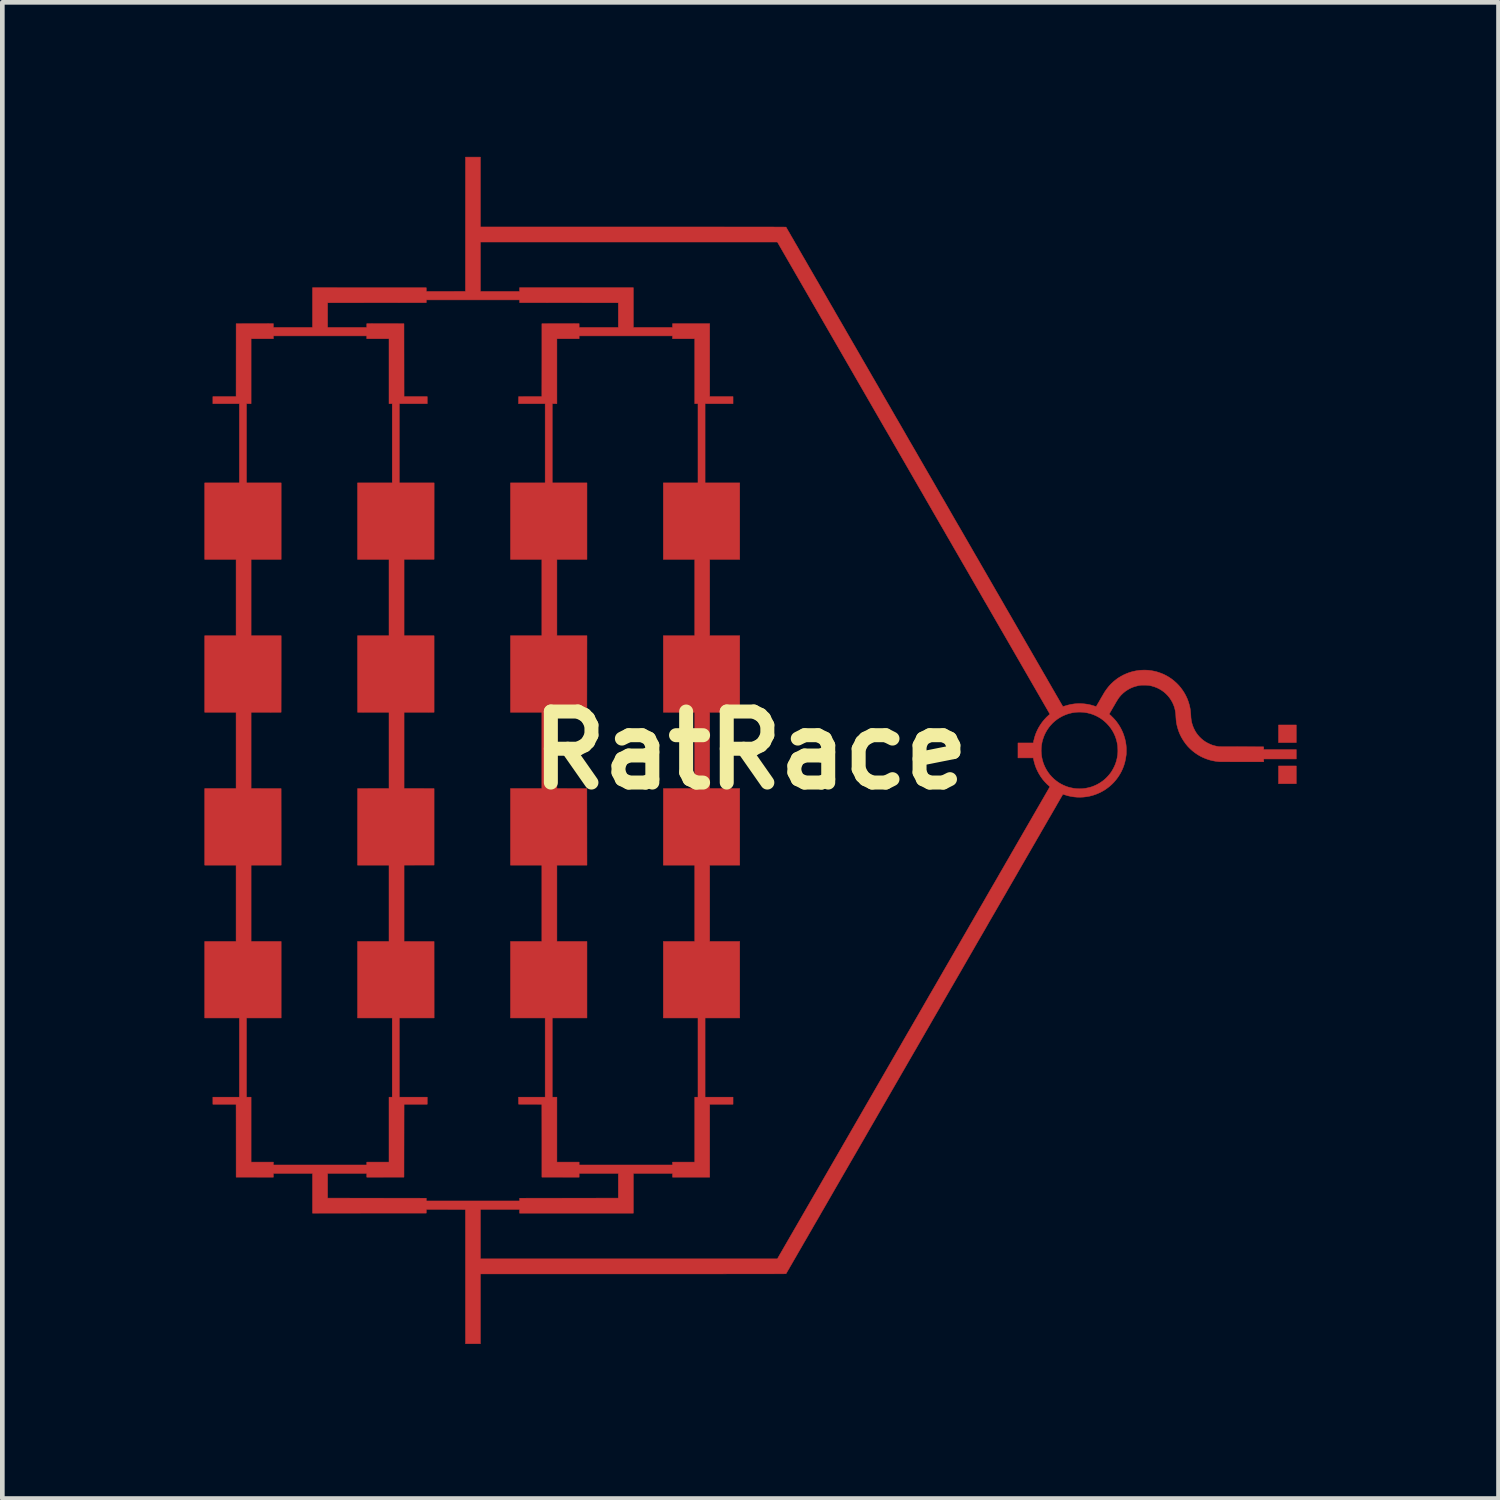
<source format=kicad_pcb>
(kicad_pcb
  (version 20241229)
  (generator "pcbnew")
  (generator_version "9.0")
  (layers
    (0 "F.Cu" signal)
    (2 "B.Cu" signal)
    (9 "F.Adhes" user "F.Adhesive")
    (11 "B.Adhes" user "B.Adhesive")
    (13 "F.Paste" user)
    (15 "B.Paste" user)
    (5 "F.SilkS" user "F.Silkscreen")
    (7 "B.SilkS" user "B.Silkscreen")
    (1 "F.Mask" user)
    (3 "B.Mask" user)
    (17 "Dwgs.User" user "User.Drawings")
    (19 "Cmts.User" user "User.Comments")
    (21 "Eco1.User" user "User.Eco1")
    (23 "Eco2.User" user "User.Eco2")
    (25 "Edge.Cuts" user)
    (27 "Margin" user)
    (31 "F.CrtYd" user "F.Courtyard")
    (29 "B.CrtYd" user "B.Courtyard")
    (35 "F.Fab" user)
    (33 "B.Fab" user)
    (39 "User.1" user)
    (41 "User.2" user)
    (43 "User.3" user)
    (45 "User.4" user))
  (footprint "RatRace"
    (layer "F.Cu")
    (at 13.05 13.05)
    (property "Reference" "RatRace" (at 0 0 0) (layer "F.SilkS") (effects (font (size 1.524 1.524) (thickness 0.3))))
    (attr through_hole)
    (fp_poly (pts (xy 11.711 -0.168) (xy 11.33 -0.168) (xy 11.33 -0.546) (xy 11.711 -0.546) (xy 11.711 -0.168)) (stroke (width 0.01) (type solid)) (fill yes) (layer "F.Cu"))
    (fp_poly (pts (xy 11.711 0.714) (xy 11.33 0.714) (xy 11.33 0.333) (xy 11.711 0.333) (xy 11.711 0.714)) (stroke (width 0.01) (type solid)) (fill yes) (layer "F.Cu"))
    (fp_poly (pts (xy -5.793 -11.231) (xy -2.355 -11.231) (xy -2.199 -11.231) (xy -2.049 -11.231) (xy -1.903 -11.231) (xy -1.762 -11.231) (xy -1.625 -11.231) (xy -1.493 -11.231) (xy -1.366 -11.231) (xy -1.244 -11.231) (xy -1.125 -11.231) (xy -1.012 -11.231) (xy -0.902 -11.231) (xy -0.797 -11.231) (xy -0.696 -11.231) (xy -0.599 -11.231) (xy -0.506 -11.23) (xy -0.417 -11.23) (xy -0.331 -11.23) (xy -0.25 -11.23) (xy -0.173 -11.23) (xy -0.099 -11.23) (xy -0.028 -11.23) (xy 0.038 -11.23) (xy 0.102 -11.23) (xy 0.162 -11.23) (xy 0.218 -11.23) (xy 0.272 -11.23) (xy 0.322 -11.23) (xy 0.369 -11.23) (xy 0.413 -11.23) (xy 0.454 -11.23) (xy 0.492 -11.23) (xy 0.527 -11.229) (xy 0.56 -11.229) (xy 0.589 -11.229) (xy 0.617 -11.229) (xy 0.641 -11.229) (xy 0.663 -11.229) (xy 0.683 -11.229) (xy 0.701 -11.229) (xy 0.716 -11.229) (xy 0.729 -11.228) (xy 0.739 -11.228) (xy 0.748 -11.228) (xy 0.755 -11.228) (xy 0.76 -11.228) (xy 0.763 -11.228) (xy 0.764 -11.228) (xy 0.764 -11.228) (xy 0.765 -11.225) (xy 0.769 -11.219) (xy 0.775 -11.208) (xy 0.784 -11.193) (xy 0.795 -11.174) (xy 0.808 -11.151) (xy 0.824 -11.124) (xy 0.842 -11.093) (xy 0.862 -11.058) (xy 0.884 -11.019) (xy 0.909 -10.977) (xy 0.935 -10.932) (xy 0.963 -10.882) (xy 0.994 -10.83) (xy 1.026 -10.774) (xy 1.06 -10.714) (xy 1.096 -10.652) (xy 1.134 -10.586) (xy 1.174 -10.518) (xy 1.215 -10.446) (xy 1.258 -10.371) (xy 1.303 -10.294) (xy 1.349 -10.214) (xy 1.397 -10.131) (xy 1.447 -10.046) (xy 1.497 -9.958) (xy 1.55 -9.867) (xy 1.603 -9.775) (xy 1.658 -9.679) (xy 1.714 -9.582) (xy 1.772 -9.483) (xy 1.83 -9.381) (xy 1.89 -9.277) (xy 1.951 -9.172) (xy 2.013 -9.065) (xy 2.076 -8.955) (xy 2.14 -8.844) (xy 2.205 -8.732) (xy 2.271 -8.618) (xy 2.338 -8.502) (xy 2.405 -8.385) (xy 2.474 -8.267) (xy 2.543 -8.147) (xy 2.612 -8.027) (xy 2.683 -7.905) (xy 2.754 -7.782) (xy 2.825 -7.658) (xy 2.897 -7.533) (xy 2.97 -7.408) (xy 3.043 -7.281) (xy 3.116 -7.154) (xy 3.19 -7.027) (xy 3.264 -6.899) (xy 3.338 -6.77) (xy 3.412 -6.641) (xy 3.487 -6.512) (xy 3.562 -6.383) (xy 3.636 -6.253) (xy 3.711 -6.124) (xy 3.786 -5.994) (xy 3.861 -5.865) (xy 3.936 -5.735) (xy 4.01 -5.606) (xy 4.084 -5.477) (xy 4.159 -5.349) (xy 4.233 -5.221) (xy 4.306 -5.093) (xy 4.379 -4.966) (xy 4.452 -4.84) (xy 4.525 -4.715) (xy 4.597 -4.59) (xy 4.668 -4.467) (xy 4.739 -4.344) (xy 4.809 -4.222) (xy 4.879 -4.102) (xy 4.948 -3.982) (xy 5.016 -3.864) (xy 5.083 -3.748) (xy 5.15 -3.632) (xy 5.215 -3.519) (xy 5.28 -3.406) (xy 5.344 -3.296) (xy 5.407 -3.187) (xy 5.468 -3.08) (xy 5.529 -2.975) (xy 5.589 -2.872) (xy 5.647 -2.771) (xy 5.704 -2.672) (xy 5.76 -2.575) (xy 5.815 -2.48) (xy 5.868 -2.388) (xy 5.92 -2.298) (xy 5.971 -2.21) (xy 6.02 -2.125) (xy 6.067 -2.043) (xy 6.113 -1.964) (xy 6.157 -1.887) (xy 6.2 -1.813) (xy 6.241 -1.742) (xy 6.28 -1.674) (xy 6.318 -1.609) (xy 6.354 -1.547) (xy 6.387 -1.488) (xy 6.419 -1.433) (xy 6.449 -1.381) (xy 6.477 -1.332) (xy 6.503 -1.287) (xy 6.527 -1.246) (xy 6.532 -1.238) (xy 6.552 -1.202) (xy 6.572 -1.168) (xy 6.591 -1.135) (xy 6.61 -1.103) (xy 6.626 -1.074) (xy 6.642 -1.047) (xy 6.656 -1.022) (xy 6.669 -1) (xy 6.68 -0.981) (xy 6.689 -0.966) (xy 6.696 -0.954) (xy 6.701 -0.945) (xy 6.703 -0.941) (xy 6.704 -0.94) (xy 6.706 -0.941) (xy 6.713 -0.943) (xy 6.722 -0.946) (xy 6.734 -0.95) (xy 6.746 -0.953) (xy 6.814 -0.973) (xy 6.884 -0.989) (xy 6.954 -0.999) (xy 7.024 -1.004) (xy 7.094 -1.004) (xy 7.164 -0.999) (xy 7.234 -0.99) (xy 7.303 -0.975) (xy 7.371 -0.955) (xy 7.383 -0.951) (xy 7.395 -0.947) (xy 7.406 -0.944) (xy 7.414 -0.942) (xy 7.418 -0.942) (xy 7.419 -0.942) (xy 7.42 -0.944) (xy 7.424 -0.951) (xy 7.43 -0.961) (xy 7.438 -0.974) (xy 7.447 -0.991) (xy 7.458 -1.009) (xy 7.471 -1.031) (xy 7.484 -1.053) (xy 7.498 -1.078) (xy 7.502 -1.086) (xy 7.517 -1.111) (xy 7.531 -1.136) (xy 7.545 -1.159) (xy 7.558 -1.181) (xy 7.569 -1.201) (xy 7.58 -1.219) (xy 7.588 -1.233) (xy 7.595 -1.244) (xy 7.599 -1.251) (xy 7.599 -1.252) (xy 7.64 -1.311) (xy 7.683 -1.367) (xy 7.73 -1.419) (xy 7.781 -1.468) (xy 7.824 -1.504) (xy 7.88 -1.547) (xy 7.94 -1.584) (xy 8.002 -1.618) (xy 8.066 -1.647) (xy 8.132 -1.672) (xy 8.2 -1.692) (xy 8.27 -1.707) (xy 8.341 -1.718) (xy 8.346 -1.718) (xy 8.365 -1.72) (xy 8.388 -1.721) (xy 8.414 -1.722) (xy 8.44 -1.723) (xy 8.467 -1.723) (xy 8.492 -1.722) (xy 8.516 -1.721) (xy 8.535 -1.72) (xy 8.54 -1.72) (xy 8.605 -1.711) (xy 8.668 -1.699) (xy 8.729 -1.684) (xy 8.729 -1.683) (xy 8.796 -1.661) (xy 8.861 -1.635) (xy 8.923 -1.604) (xy 8.983 -1.569) (xy 9.04 -1.53) (xy 9.093 -1.488) (xy 9.144 -1.442) (xy 9.192 -1.393) (xy 9.236 -1.34) (xy 9.276 -1.285) (xy 9.313 -1.227) (xy 9.345 -1.167) (xy 9.374 -1.104) (xy 9.398 -1.039) (xy 9.418 -0.972) (xy 9.433 -0.903) (xy 9.435 -0.89) (xy 9.439 -0.865) (xy 9.442 -0.836) (xy 9.445 -0.803) (xy 9.448 -0.767) (xy 9.45 -0.729) (xy 9.451 -0.711) (xy 9.453 -0.692) (xy 9.455 -0.674) (xy 9.457 -0.658) (xy 9.458 -0.649) (xy 9.47 -0.591) (xy 9.487 -0.535) (xy 9.508 -0.482) (xy 9.533 -0.431) (xy 9.562 -0.382) (xy 9.595 -0.336) (xy 9.632 -0.293) (xy 9.673 -0.253) (xy 9.716 -0.217) (xy 9.763 -0.184) (xy 9.813 -0.156) (xy 9.866 -0.131) (xy 9.906 -0.115) (xy 9.934 -0.107) (xy 9.965 -0.098) (xy 9.997 -0.091) (xy 10.022 -0.086) (xy 10.054 -0.08) (xy 10.532 -0.079) (xy 11.011 -0.077) (xy 11.012 -0.048) (xy 11.012 -0.018) (xy 11.711 -0.018) (xy 11.711 0.183) (xy 11.012 0.183) (xy 11.012 0.244) (xy 10.551 0.244) (xy 10.486 0.244) (xy 10.426 0.244) (xy 10.37 0.244) (xy 10.318 0.244) (xy 10.271 0.243) (xy 10.228 0.243) (xy 10.19 0.243) (xy 10.156 0.243) (xy 10.126 0.243) (xy 10.102 0.242) (xy 10.082 0.242) (xy 10.067 0.242) (xy 10.058 0.241) (xy 10.055 0.241) (xy 9.984 0.233) (xy 9.914 0.22) (xy 9.847 0.203) (xy 9.781 0.181) (xy 9.716 0.155) (xy 9.655 0.125) (xy 9.595 0.09) (xy 9.538 0.051) (xy 9.484 0.009) (xy 9.433 -0.037) (xy 9.385 -0.086) (xy 9.341 -0.139) (xy 9.3 -0.196) (xy 9.263 -0.255) (xy 9.24 -0.296) (xy 9.216 -0.345) (xy 9.196 -0.393) (xy 9.179 -0.44) (xy 9.164 -0.49) (xy 9.159 -0.509) (xy 9.15 -0.544) (xy 9.144 -0.577) (xy 9.138 -0.609) (xy 9.134 -0.643) (xy 9.131 -0.68) (xy 9.128 -0.72) (xy 9.128 -0.727) (xy 9.125 -0.775) (xy 9.12 -0.819) (xy 9.113 -0.86) (xy 9.104 -0.899) (xy 9.093 -0.937) (xy 9.079 -0.974) (xy 9.063 -1.011) (xy 9.052 -1.034) (xy 9.023 -1.084) (xy 8.991 -1.131) (xy 8.955 -1.175) (xy 8.915 -1.216) (xy 8.872 -1.254) (xy 8.826 -1.287) (xy 8.777 -1.317) (xy 8.725 -1.343) (xy 8.671 -1.364) (xy 8.615 -1.381) (xy 8.612 -1.382) (xy 8.587 -1.388) (xy 8.563 -1.393) (xy 8.539 -1.396) (xy 8.514 -1.398) (xy 8.488 -1.4) (xy 8.457 -1.4) (xy 8.448 -1.4) (xy 8.422 -1.4) (xy 8.4 -1.4) (xy 8.38 -1.399) (xy 8.361 -1.397) (xy 8.343 -1.394) (xy 8.324 -1.391) (xy 8.304 -1.386) (xy 8.247 -1.371) (xy 8.193 -1.352) (xy 8.14 -1.328) (xy 8.09 -1.299) (xy 8.042 -1.267) (xy 7.997 -1.23) (xy 7.955 -1.19) (xy 7.918 -1.147) (xy 7.911 -1.138) (xy 7.904 -1.129) (xy 7.897 -1.119) (xy 7.89 -1.108) (xy 7.881 -1.095) (xy 7.872 -1.08) (xy 7.861 -1.063) (xy 7.849 -1.043) (xy 7.836 -1.02) (xy 7.82 -0.993) (xy 7.803 -0.963) (xy 7.783 -0.929) (xy 7.781 -0.926) (xy 7.696 -0.779) (xy 7.714 -0.764) (xy 7.727 -0.753) (xy 7.742 -0.739) (xy 7.758 -0.722) (xy 7.776 -0.705) (xy 7.793 -0.687) (xy 7.81 -0.669) (xy 7.825 -0.652) (xy 7.837 -0.638) (xy 7.842 -0.632) (xy 7.885 -0.574) (xy 7.924 -0.514) (xy 7.958 -0.452) (xy 7.988 -0.388) (xy 8.012 -0.322) (xy 8.033 -0.254) (xy 8.049 -0.184) (xy 8.06 -0.111) (xy 8.06 -0.108) (xy 8.062 -0.086) (xy 8.064 -0.061) (xy 8.065 -0.033) (xy 8.065 -0.003) (xy 8.065 0.026) (xy 8.064 0.055) (xy 8.063 0.081) (xy 8.061 0.103) (xy 8.06 0.108) (xy 8.049 0.18) (xy 8.034 0.25) (xy 8.014 0.318) (xy 7.99 0.383) (xy 7.961 0.447) (xy 7.927 0.509) (xy 7.924 0.514) (xy 7.886 0.573) (xy 7.844 0.629) (xy 7.799 0.682) (xy 7.75 0.731) (xy 7.699 0.776) (xy 7.645 0.817) (xy 7.589 0.855) (xy 7.53 0.888) (xy 7.47 0.917) (xy 7.407 0.943) (xy 7.344 0.964) (xy 7.278 0.981) (xy 7.212 0.993) (xy 7.145 1.001) (xy 7.077 1.004) (xy 7.009 1.003) (xy 6.94 0.997) (xy 6.872 0.986) (xy 6.804 0.971) (xy 6.746 0.953) (xy 6.732 0.949) (xy 6.72 0.945) (xy 6.711 0.942) (xy 6.705 0.941) (xy 6.704 0.94) (xy 6.702 0.942) (xy 6.699 0.949) (xy 6.692 0.96) (xy 6.684 0.975) (xy 6.673 0.994) (xy 6.659 1.017) (xy 6.643 1.045) (xy 6.625 1.076) (xy 6.605 1.111) (xy 6.582 1.15) (xy 6.558 1.193) (xy 6.531 1.24) (xy 6.502 1.29) (xy 6.471 1.344) (xy 6.438 1.401) (xy 6.402 1.462) (xy 6.365 1.526) (xy 6.326 1.594) (xy 6.285 1.665) (xy 6.242 1.739) (xy 6.198 1.817) (xy 6.151 1.897) (xy 6.103 1.981) (xy 6.053 2.067) (xy 6.001 2.157) (xy 5.948 2.249) (xy 5.893 2.344) (xy 5.836 2.442) (xy 5.778 2.543) (xy 5.719 2.646) (xy 5.658 2.752) (xy 5.595 2.861) (xy 5.531 2.971) (xy 5.466 3.085) (xy 5.399 3.2) (xy 5.331 3.318) (xy 5.262 3.438) (xy 5.191 3.56) (xy 5.119 3.684) (xy 5.047 3.811) (xy 4.973 3.939) (xy 4.897 4.069) (xy 4.821 4.201) (xy 4.744 4.335) (xy 4.666 4.47) (xy 4.587 4.607) (xy 4.507 4.746) (xy 4.426 4.886) (xy 4.344 5.028) (xy 4.261 5.171) (xy 4.178 5.315) (xy 4.094 5.461) (xy 4.009 5.608) (xy 3.923 5.756) (xy 3.837 5.906) (xy 3.75 6.056) (xy 3.735 6.083) (xy 3.648 6.233) (xy 3.562 6.383) (xy 3.476 6.531) (xy 3.391 6.678) (xy 3.307 6.824) (xy 3.223 6.969) (xy 3.14 7.113) (xy 3.058 7.255) (xy 2.977 7.395) (xy 2.897 7.534) (xy 2.817 7.672) (xy 2.739 7.807) (xy 2.662 7.941) (xy 2.585 8.074) (xy 2.51 8.204) (xy 2.436 8.333) (xy 2.363 8.459) (xy 2.291 8.584) (xy 2.22 8.707) (xy 2.15 8.827) (xy 2.082 8.945) (xy 2.015 9.061) (xy 1.949 9.175) (xy 1.885 9.286) (xy 1.822 9.395) (xy 1.761 9.501) (xy 1.701 9.605) (xy 1.643 9.706) (xy 1.586 9.805) (xy 1.53 9.901) (xy 1.477 9.994) (xy 1.425 10.084) (xy 1.374 10.171) (xy 1.326 10.255) (xy 1.279 10.336) (xy 1.234 10.414) (xy 1.191 10.489) (xy 1.149 10.56) (xy 1.11 10.629) (xy 1.072 10.694) (xy 1.037 10.755) (xy 1.003 10.813) (xy 0.972 10.868) (xy 0.942 10.919) (xy 0.915 10.966) (xy 0.89 11.01) (xy 0.867 11.05) (xy 0.846 11.085) (xy 0.828 11.118) (xy 0.811 11.146) (xy 0.797 11.17) (xy 0.786 11.19) (xy 0.777 11.205) (xy 0.77 11.217) (xy 0.766 11.224) (xy 0.764 11.227) (xy 0.764 11.228) (xy 0.763 11.228) (xy 0.76 11.228) (xy 0.755 11.228) (xy 0.749 11.228) (xy 0.74 11.228) (xy 0.73 11.228) (xy 0.717 11.229) (xy 0.702 11.229) (xy 0.685 11.229) (xy 0.666 11.229) (xy 0.644 11.229) (xy 0.619 11.229) (xy 0.593 11.229) (xy 0.563 11.229) (xy 0.531 11.229) (xy 0.496 11.23) (xy 0.458 11.23) (xy 0.417 11.23) (xy 0.374 11.23) (xy 0.327 11.23) (xy 0.277 11.23) (xy 0.224 11.23) (xy 0.168 11.23) (xy 0.109 11.23) (xy 0.046 11.23) (xy -0.021 11.23) (xy -0.09 11.23) (xy -0.164 11.23) (xy -0.241 11.23) (xy -0.322 11.23) (xy -0.407 11.23) (xy -0.495 11.23) (xy -0.588 11.231) (xy -0.684 11.231) (xy -0.785 11.231) (xy -0.89 11.231) (xy -0.999 11.231) (xy -1.112 11.231) (xy -1.23 11.231) (xy -1.352 11.231) (xy -1.479 11.231) (xy -1.61 11.231) (xy -1.746 11.231) (xy -1.886 11.231) (xy -2.032 11.231) (xy -2.182 11.231) (xy -2.337 11.231) (xy -2.497 11.231) (xy -2.516 11.231) (xy -5.793 11.231) (xy -5.793 12.729) (xy -6.113 12.729) (xy -6.114 9.848) (xy -6.534 9.847) (xy -6.954 9.847) (xy -6.954 9.887) (xy -6.955 9.927) (xy -8.175 9.927) (xy -9.395 9.928) (xy -9.395 9.075) (xy -10.235 9.075) (xy -10.235 9.156) (xy -11.034 9.155) (xy -11.035 7.591) (xy -11.533 7.591) (xy -11.533 7.439) (xy -10.964 7.439) (xy -10.964 5.74) (xy -11.708 5.74) (xy -11.708 4.099) (xy -11.035 4.099) (xy -11.035 2.461) (xy -11.708 2.461) (xy -11.708 0.818) (xy -11.035 0.818) (xy -11.035 -0.818) (xy -11.708 -0.818) (xy -11.708 -2.461) (xy -11.035 -2.461) (xy -11.035 -4.099) (xy -11.708 -4.099) (xy -11.708 -5.74) (xy -10.964 -5.74) (xy -10.964 -7.439) (xy -10.812 -7.439) (xy -10.812 -5.74) (xy -10.068 -5.74) (xy -10.068 -4.099) (xy -10.713 -4.099) (xy -10.713 -2.461) (xy -10.068 -2.461) (xy -10.068 -1.64) (xy -10.069 -0.819) (xy -10.713 -0.818) (xy -10.713 0.818) (xy -10.069 0.819) (xy -10.068 1.64) (xy -10.068 2.461) (xy -10.713 2.461) (xy -10.713 4.099) (xy -10.068 4.099) (xy -10.068 5.74) (xy -10.812 5.74) (xy -10.812 7.439) (xy -10.713 7.439) (xy -10.713 8.833) (xy -10.235 8.833) (xy -10.235 8.894) (xy -8.231 8.894) (xy -8.231 8.833) (xy -7.754 8.833) (xy -7.754 7.439) (xy -7.685 7.439) (xy -7.685 5.74) (xy -8.429 5.74) (xy -8.429 4.099) (xy -7.754 4.099) (xy -7.754 2.461) (xy -8.429 2.461) (xy -8.429 1.64) (xy -8.428 0.819) (xy -8.091 0.818) (xy -7.754 0.818) (xy -7.754 -0.818) (xy -8.091 -0.818) (xy -8.428 -0.819) (xy -8.429 -1.64) (xy -8.429 -2.461) (xy -7.754 -2.461) (xy -7.754 -4.099) (xy -8.429 -4.099) (xy -8.429 -5.74) (xy -7.685 -5.74) (xy -7.685 -7.439) (xy -7.754 -7.439) (xy -7.754 -8.833) (xy -8.231 -8.833) (xy -8.231 -8.894) (xy -10.235 -8.894) (xy -10.235 -8.833) (xy -10.713 -8.833) (xy -10.713 -7.439) (xy -10.812 -7.439) (xy -10.964 -7.439) (xy -11.533 -7.439) (xy -11.533 -7.591) (xy -11.035 -7.591) (xy -11.034 -9.155) (xy -10.235 -9.156) (xy -10.235 -9.075) (xy -9.395 -9.075) (xy -9.395 -9.605) (xy -9.072 -9.605) (xy -9.072 -9.075) (xy -8.231 -9.075) (xy -8.231 -9.156) (xy -7.433 -9.155) (xy -7.431 -7.591) (xy -6.934 -7.591) (xy -6.934 -7.439) (xy -7.533 -7.439) (xy -7.533 -5.74) (xy -6.786 -5.74) (xy -6.787 -4.1) (xy -7.109 -4.1) (xy -7.431 -4.099) (xy -7.431 -2.461) (xy -7.109 -2.46) (xy -6.787 -2.46) (xy -6.787 -0.819) (xy -7.109 -0.818) (xy -7.431 -0.818) (xy -7.431 0.818) (xy -7.109 0.818) (xy -6.787 0.819) (xy -6.787 2.46) (xy -7.109 2.46) (xy -7.431 2.461) (xy -7.431 4.099) (xy -7.109 4.1) (xy -6.787 4.1) (xy -6.786 5.74) (xy -7.533 5.74) (xy -7.533 7.439) (xy -6.934 7.439) (xy -6.934 7.591) (xy -7.431 7.591) (xy -7.433 9.155) (xy -8.231 9.156) (xy -8.231 9.075) (xy -9.072 9.075) (xy -9.072 9.605) (xy -6.955 9.607) (xy -6.954 9.636) (xy -6.954 9.666) (xy -4.953 9.666) (xy -4.952 9.636) (xy -4.951 9.607) (xy -2.834 9.605) (xy -2.834 9.075) (xy -3.675 9.075) (xy -3.675 9.156) (xy -4.474 9.155) (xy -4.474 8.373) (xy -4.475 7.591) (xy -4.974 7.59) (xy -4.975 7.514) (xy -4.975 7.439) (xy -4.404 7.439) (xy -4.404 5.74) (xy -5.148 5.74) (xy -5.148 4.099) (xy -4.475 4.099) (xy -4.475 2.461) (xy -5.148 2.461) (xy -5.148 0.818) (xy -4.475 0.818) (xy -4.475 -0.818) (xy -5.148 -0.818) (xy -5.148 -2.461) (xy -4.475 -2.461) (xy -4.475 -4.099) (xy -5.148 -4.099) (xy -5.148 -5.74) (xy -4.404 -5.74) (xy -4.404 -7.439) (xy -4.252 -7.439) (xy -4.252 -5.74) (xy -3.507 -5.74) (xy -3.507 -4.099) (xy -4.152 -4.099) (xy -4.152 -2.461) (xy -3.507 -2.461) (xy -3.508 -1.64) (xy -3.509 -0.819) (xy -4.152 -0.818) (xy -4.152 0.818) (xy -3.509 0.819) (xy -3.508 1.64) (xy -3.507 2.461) (xy -4.152 2.461) (xy -4.152 4.099) (xy -3.507 4.099) (xy -3.507 5.74) (xy -4.252 5.74) (xy -4.252 7.439) (xy -4.152 7.439) (xy -4.152 8.833) (xy -3.675 8.833) (xy -3.675 8.894) (xy -1.671 8.894) (xy -1.671 8.833) (xy -1.194 8.833) (xy -1.194 7.439) (xy -1.125 7.439) (xy -1.125 5.74) (xy -1.869 5.74) (xy -1.869 4.099) (xy -1.194 4.099) (xy -1.194 2.461) (xy -1.869 2.461) (xy -1.869 1.64) (xy -1.868 0.819) (xy -1.531 0.818) (xy -1.194 0.818) (xy -1.194 -0.818) (xy -1.531 -0.818) (xy -1.868 -0.819) (xy -1.869 -1.64) (xy -1.869 -2.461) (xy -1.194 -2.461) (xy -1.194 -4.099) (xy -1.869 -4.099) (xy -1.869 -5.74) (xy -1.125 -5.74) (xy -1.125 -7.439) (xy -1.194 -7.439) (xy -1.194 -8.833) (xy -1.671 -8.833) (xy -1.671 -8.894) (xy -3.675 -8.894) (xy -3.675 -8.833) (xy -4.152 -8.833) (xy -4.152 -7.439) (xy -4.252 -7.439) (xy -4.404 -7.439) (xy -4.975 -7.439) (xy -4.975 -7.514) (xy -4.974 -7.59) (xy -4.725 -7.591) (xy -4.475 -7.591) (xy -4.474 -8.373) (xy -4.474 -9.155) (xy -3.675 -9.156) (xy -3.675 -9.075) (xy -2.834 -9.075) (xy -2.834 -9.605) (xy -4.951 -9.607) (xy -4.952 -9.636) (xy -4.953 -9.666) (xy -6.954 -9.666) (xy -6.954 -9.636) (xy -6.955 -9.607) (xy -9.072 -9.605) (xy -9.395 -9.605) (xy -9.395 -9.928) (xy -8.175 -9.927) (xy -6.955 -9.927) (xy -6.954 -9.887) (xy -6.954 -9.847) (xy -6.944 -9.847) (xy -5.793 -9.847) (xy -4.953 -9.847) (xy -4.953 -9.928) (xy -2.512 -9.928) (xy -2.512 -9.075) (xy -1.671 -9.075) (xy -1.671 -9.156) (xy -0.874 -9.156) (xy -0.874 -7.591) (xy -0.373 -7.591) (xy -0.373 -7.439) (xy -0.973 -7.439) (xy -0.973 -5.74) (xy -0.229 -5.74) (xy -0.229 -4.099) (xy -0.874 -4.099) (xy -0.874 -2.461) (xy -0.229 -2.461) (xy -0.229 -0.818) (xy -0.874 -0.818) (xy -0.874 0.818) (xy -0.229 0.818) (xy -0.229 2.461) (xy -0.874 2.461) (xy -0.874 4.099) (xy -0.229 4.099) (xy -0.229 5.74) (xy -0.973 5.74) (xy -0.973 7.439) (xy -0.373 7.439) (xy -0.373 7.591) (xy -0.874 7.591) (xy -0.874 9.156) (xy -1.671 9.156) (xy -1.671 9.075) (xy -2.512 9.075) (xy -2.512 9.928) (xy -4.953 9.928) (xy -4.953 9.847) (xy -5.793 9.847) (xy -5.793 10.908) (xy -2.608 10.908) (xy 0.578 10.908) (xy 2.894 6.896) (xy 2.973 6.759) (xy 3.053 6.621) (xy 3.132 6.483) (xy 3.212 6.346) (xy 3.291 6.208) (xy 3.37 6.071) (xy 3.449 5.935) (xy 3.528 5.798) (xy 3.606 5.663) (xy 3.684 5.528) (xy 3.761 5.394) (xy 3.838 5.26) (xy 3.915 5.128) (xy 3.991 4.997) (xy 4.066 4.867) (xy 4.14 4.738) (xy 4.214 4.61) (xy 4.287 4.484) (xy 4.359 4.359) (xy 4.43 4.236) (xy 4.5 4.115) (xy 4.569 3.995) (xy 4.637 3.878) (xy 4.703 3.762) (xy 4.769 3.649) (xy 4.833 3.537) (xy 4.896 3.428) (xy 4.958 3.322) (xy 5.018 3.218) (xy 5.076 3.116) (xy 5.133 3.017) (xy 5.189 2.921) (xy 5.243 2.828) (xy 5.295 2.738) (xy 5.345 2.65) (xy 5.394 2.566) (xy 5.441 2.485) (xy 5.485 2.408) (xy 5.528 2.334) (xy 5.569 2.263) (xy 5.607 2.196) (xy 5.644 2.133) (xy 5.678 2.073) (xy 5.71 2.018) (xy 5.74 1.966) (xy 5.767 1.919) (xy 5.792 1.876) (xy 5.815 1.837) (xy 5.818 1.831) (xy 6.426 0.778) (xy 6.419 0.772) (xy 6.365 0.724) (xy 6.315 0.672) (xy 6.269 0.618) (xy 6.228 0.561) (xy 6.191 0.501) (xy 6.158 0.439) (xy 6.129 0.375) (xy 6.105 0.308) (xy 6.086 0.24) (xy 6.084 0.234) (xy 6.081 0.219) (xy 6.078 0.204) (xy 6.075 0.191) (xy 6.073 0.18) (xy 6.072 0.178) (xy 6.069 0.16) (xy 5.74 0.16) (xy 5.74 0.013) (xy 6.238 0.013) (xy 6.242 0.076) (xy 6.25 0.139) (xy 6.263 0.201) (xy 6.281 0.263) (xy 6.295 0.301) (xy 6.321 0.36) (xy 6.351 0.416) (xy 6.385 0.469) (xy 6.423 0.52) (xy 6.465 0.567) (xy 6.51 0.611) (xy 6.558 0.651) (xy 6.609 0.688) (xy 6.663 0.72) (xy 6.72 0.749) (xy 6.779 0.773) (xy 6.817 0.786) (xy 6.875 0.801) (xy 6.935 0.813) (xy 6.996 0.82) (xy 7.056 0.823) (xy 7.116 0.821) (xy 7.128 0.82) (xy 7.193 0.812) (xy 7.256 0.799) (xy 7.318 0.782) (xy 7.378 0.759) (xy 7.437 0.732) (xy 7.493 0.7) (xy 7.547 0.664) (xy 7.577 0.641) (xy 7.607 0.616) (xy 7.636 0.588) (xy 7.666 0.557) (xy 7.695 0.524) (xy 7.721 0.492) (xy 7.744 0.46) (xy 7.744 0.46) (xy 7.777 0.405) (xy 7.807 0.347) (xy 7.832 0.288) (xy 7.852 0.227) (xy 7.867 0.164) (xy 7.878 0.1) (xy 7.881 0.069) (xy 7.882 0.047) (xy 7.883 0.021) (xy 7.883 -0.006) (xy 7.882 -0.035) (xy 7.881 -0.062) (xy 7.879 -0.088) (xy 7.877 -0.111) (xy 7.876 -0.116) (xy 7.864 -0.181) (xy 7.847 -0.244) (xy 7.826 -0.305) (xy 7.8 -0.363) (xy 7.77 -0.419) (xy 7.735 -0.472) (xy 7.696 -0.523) (xy 7.653 -0.571) (xy 7.645 -0.579) (xy 7.616 -0.607) (xy 7.588 -0.632) (xy 7.56 -0.654) (xy 7.53 -0.676) (xy 7.518 -0.685) (xy 7.463 -0.718) (xy 7.407 -0.747) (xy 7.349 -0.771) (xy 7.289 -0.791) (xy 7.226 -0.806) (xy 7.163 -0.817) (xy 7.145 -0.819) (xy 7.123 -0.82) (xy 7.099 -0.821) (xy 7.073 -0.822) (xy 7.046 -0.822) (xy 7.02 -0.821) (xy 6.995 -0.82) (xy 6.974 -0.818) (xy 6.96 -0.817) (xy 6.901 -0.807) (xy 6.846 -0.794) (xy 6.791 -0.777) (xy 6.738 -0.756) (xy 6.692 -0.735) (xy 6.636 -0.704) (xy 6.582 -0.669) (xy 6.532 -0.63) (xy 6.485 -0.588) (xy 6.442 -0.542) (xy 6.402 -0.493) (xy 6.367 -0.442) (xy 6.335 -0.387) (xy 6.307 -0.33) (xy 6.284 -0.27) (xy 6.265 -0.209) (xy 6.257 -0.175) (xy 6.246 -0.113) (xy 6.24 -0.05) (xy 6.238 0.013) (xy 5.74 0.013) (xy 5.74 -0.16) (xy 6.069 -0.16) (xy 6.071 -0.172) (xy 6.072 -0.179) (xy 6.074 -0.189) (xy 6.077 -0.202) (xy 6.08 -0.217) (xy 6.082 -0.223) (xy 6.1 -0.293) (xy 6.123 -0.36) (xy 6.151 -0.425) (xy 6.183 -0.488) (xy 6.22 -0.548) (xy 6.26 -0.606) (xy 6.305 -0.661) (xy 6.354 -0.714) (xy 6.408 -0.763) (xy 6.419 -0.772) (xy 6.426 -0.778) (xy 5.415 -2.53) (xy 5.374 -2.6) (xy 5.331 -2.675) (xy 5.286 -2.753) (xy 5.238 -2.836) (xy 5.188 -2.923) (xy 5.136 -3.013) (xy 5.082 -3.107) (xy 5.025 -3.204) (xy 4.967 -3.305) (xy 4.908 -3.408) (xy 4.846 -3.515) (xy 4.783 -3.624) (xy 4.718 -3.737) (xy 4.652 -3.852) (xy 4.584 -3.969) (xy 4.515 -4.088) (xy 4.445 -4.21) (xy 4.373 -4.334) (xy 4.301 -4.46) (xy 4.227 -4.587) (xy 4.153 -4.716) (xy 4.077 -4.846) (xy 4.001 -4.978) (xy 3.924 -5.111) (xy 3.847 -5.245) (xy 3.769 -5.38) (xy 3.691 -5.516) (xy 3.612 -5.652) (xy 3.533 -5.789) (xy 3.454 -5.926) (xy 3.375 -6.063) (xy 3.296 -6.2) (xy 3.216 -6.338) (xy 3.137 -6.475) (xy 3.058 -6.612) (xy 2.98 -6.748) (xy 2.901 -6.883) (xy 2.823 -7.018) (xy 2.746 -7.152) (xy 2.669 -7.285) (xy 2.593 -7.417) (xy 2.518 -7.547) (xy 2.491 -7.594) (xy 0.578 -10.908) (xy -2.608 -10.908) (xy -5.793 -10.908) (xy -5.793 -9.847) (xy -6.944 -9.847) (xy -6.534 -9.847) (xy -6.114 -9.848) (xy -6.114 -11.289) (xy -6.113 -12.729) (xy -5.793 -12.729) (xy -5.793 -11.231)) (stroke (width 0.01) (type solid)) (fill yes) (layer "F.Cu"))
    (fp_poly (pts (xy 9 -5) (xy 13 -5) (xy 13 5) (xy 9 5) (xy 2 13) (xy -13 13) (xy -13 -13) (xy 2 -13)) (stroke (width 0.1) (type solid)) (fill yes) (layer "F.Mask")))
  (gr_rect
    (start -3 -3)
    (end 29.1 29.1)
    (stroke (width 0.1) (type default))
    (fill no)
    (layer "Edge.Cuts")))
</source>
